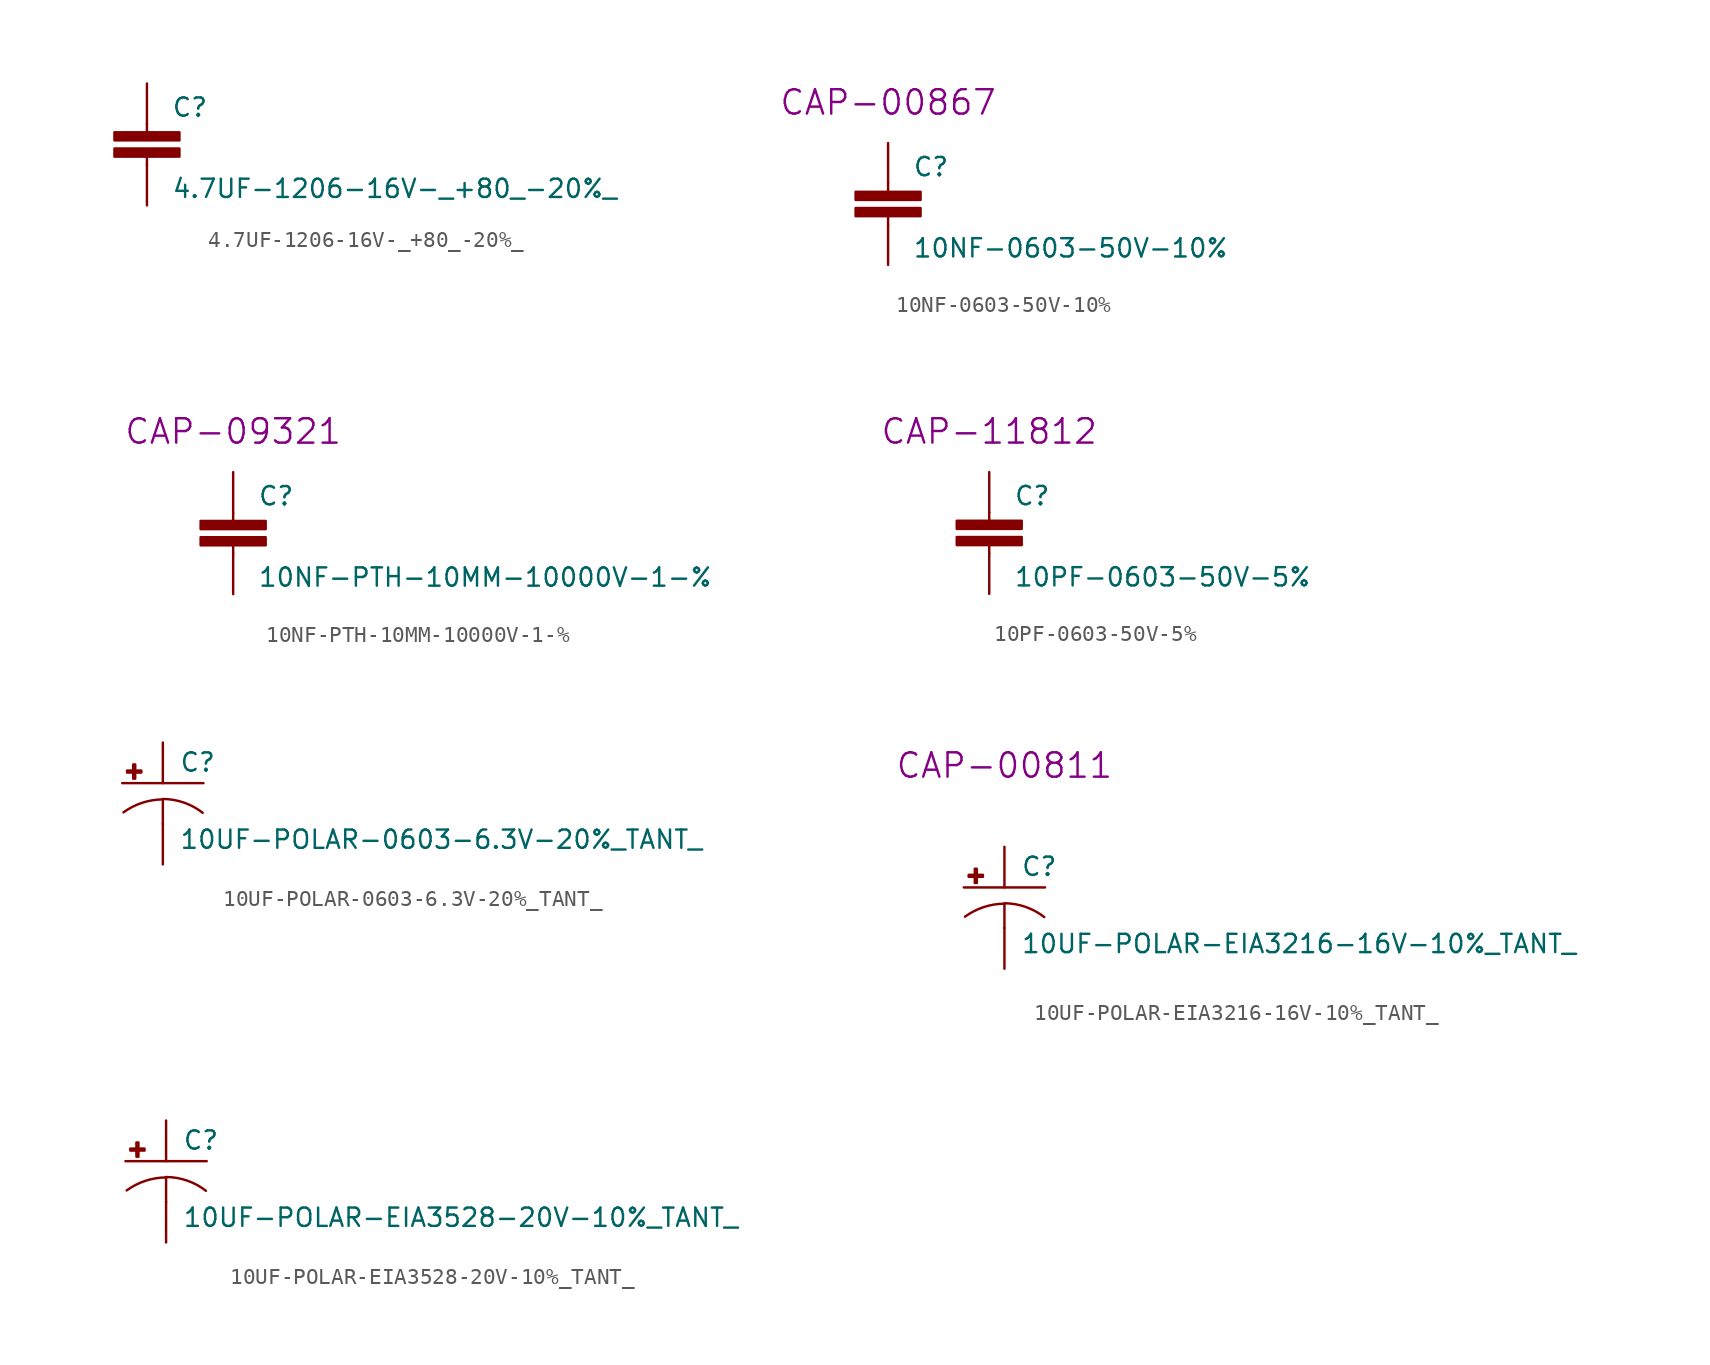
<source format=kicad_sym>
(kicad_symbol_lib
  (version 20211014)
  (generator kicad_symbol_editor)
  (symbol "4.7UF-1206-16V-_+80_-20%_"
    (pin_numbers hide)
    (pin_names
      (offset 1.016) hide)
    (property "Reference" "C"
      (at 1.524 2.921 0)
      (effects (font (size 1.143 1.143)) (justify left bottom)))
    (property "Value" "4.7UF-1206-16V-_+80_-20%_"
      (at 1.524 -2.159 0)
      (effects (font (size 1.143 1.143)) (justify left bottom)))
    (property "ki_locked" ""
      (at 0 0 0)
      (effects (font (size 1.27 1.27))))
    (symbol "4.7UF-1206-16V-_+80_-20%__1_0"
      (polyline (pts (xy 0 0) (xy 0 0.508)) (stroke (width 0) (type default) (color 0 0 0 0)) (fill (type none)))
      (polyline (pts (xy 0 2.54) (xy 0 2.032)) (stroke (width 0) (type default) (color 0 0 0 0)) (fill (type none))))
    (symbol "4.7UF-1206-16V-_+80_-20%__1_1"
      (rectangle (start -2.032 0.508) (end 2.032 1.016) (stroke (width 0) (type default) (color 0 0 0 0)) (fill (type outline)))
      (rectangle (start -2.032 1.524) (end 2.032 2.032) (stroke (width 0) (type default) (color 0 0 0 0)) (fill (type outline)))
      (pin passive line (at 0 5.08 270) (length 2.54) (name "1" (effects (font (size 1.016 1.016)))) (number "1" (effects (font (size 1.016 1.016)))))
      (pin passive line (at 0 -2.54 90) (length 2.54) (name "2" (effects (font (size 1.016 1.016)))) (number "2" (effects (font (size 1.016 1.016)))))))
  (symbol "10NF-0603-50V-10%"
    (pin_numbers hide)
    (pin_names
      (offset 1.016) hide)
    (property "Reference" "C"
      (at 1.524 2.921 0)
      (effects (font (size 1.143 1.143)) (justify left bottom)))
    (property "Value" "10NF-0603-50V-10%"
      (at 1.524 -2.159 0)
      (effects (font (size 1.143 1.143)) (justify left bottom)))
    (property "Field4" "CAP-00867"
      (at 0 7.62 0)
      (effects (font (size 1.524 1.524))))
    (property "ki_locked" ""
      (at 0 0 0)
      (effects (font (size 1.27 1.27))))
    (symbol "10NF-0603-50V-10%_1_0"
      (polyline (pts (xy 0 0) (xy 0 0.508)) (stroke (width 0) (type default) (color 0 0 0 0)) (fill (type none)))
      (polyline (pts (xy 0 2.54) (xy 0 2.032)) (stroke (width 0) (type default) (color 0 0 0 0)) (fill (type none))))
    (symbol "10NF-0603-50V-10%_1_1"
      (rectangle (start -2.032 0.508) (end 2.032 1.016) (stroke (width 0) (type default) (color 0 0 0 0)) (fill (type outline)))
      (rectangle (start -2.032 1.524) (end 2.032 2.032) (stroke (width 0) (type default) (color 0 0 0 0)) (fill (type outline)))
      (pin passive line (at 0 5.08 270) (length 2.54) (name "1" (effects (font (size 1.016 1.016)))) (number "1" (effects (font (size 1.016 1.016)))))
      (pin passive line (at 0 -2.54 90) (length 2.54) (name "2" (effects (font (size 1.016 1.016)))) (number "2" (effects (font (size 1.016 1.016)))))))
  (symbol "10NF-PTH-10MM-10000V-1-%"
    (pin_numbers hide)
    (pin_names
      (offset 1.016) hide)
    (property "Reference" "C"
      (at 1.524 2.921 0)
      (effects (font (size 1.143 1.143)) (justify left bottom)))
    (property "Value" "10NF-PTH-10MM-10000V-1-%"
      (at 1.524 -2.159 0)
      (effects (font (size 1.143 1.143)) (justify left bottom)))
    (property "Field4" "CAP-09321"
      (at 0 7.62 0)
      (effects (font (size 1.524 1.524))))
    (property "ki_locked" ""
      (at 0 0 0)
      (effects (font (size 1.27 1.27))))
    (symbol "10NF-PTH-10MM-10000V-1-%_1_0"
      (polyline (pts (xy 0 0) (xy 0 0.508)) (stroke (width 0) (type default) (color 0 0 0 0)) (fill (type none)))
      (polyline (pts (xy 0 2.54) (xy 0 2.032)) (stroke (width 0) (type default) (color 0 0 0 0)) (fill (type none))))
    (symbol "10NF-PTH-10MM-10000V-1-%_1_1"
      (rectangle (start -2.032 0.508) (end 2.032 1.016) (stroke (width 0) (type default) (color 0 0 0 0)) (fill (type outline)))
      (rectangle (start -2.032 1.524) (end 2.032 2.032) (stroke (width 0) (type default) (color 0 0 0 0)) (fill (type outline)))
      (pin passive line (at 0 5.08 270) (length 2.54) (name "1" (effects (font (size 1.016 1.016)))) (number "1" (effects (font (size 1.016 1.016)))))
      (pin passive line (at 0 -2.54 90) (length 2.54) (name "2" (effects (font (size 1.016 1.016)))) (number "2" (effects (font (size 1.016 1.016)))))))
  (symbol "10PF-0603-50V-5%"
    (pin_numbers hide)
    (pin_names
      (offset 1.016) hide)
    (property "Reference" "C"
      (at 1.524 2.921 0)
      (effects (font (size 1.143 1.143)) (justify left bottom)))
    (property "Value" "10PF-0603-50V-5%"
      (at 1.524 -2.159 0)
      (effects (font (size 1.143 1.143)) (justify left bottom)))
    (property "Field4" "CAP-11812"
      (at 0 7.62 0)
      (effects (font (size 1.524 1.524))))
    (property "ki_locked" ""
      (at 0 0 0)
      (effects (font (size 1.27 1.27))))
    (symbol "10PF-0603-50V-5%_1_0"
      (polyline (pts (xy 0 0) (xy 0 0.508)) (stroke (width 0) (type default) (color 0 0 0 0)) (fill (type none)))
      (polyline (pts (xy 0 2.54) (xy 0 2.032)) (stroke (width 0) (type default) (color 0 0 0 0)) (fill (type none))))
    (symbol "10PF-0603-50V-5%_1_1"
      (rectangle (start -2.032 0.508) (end 2.032 1.016) (stroke (width 0) (type default) (color 0 0 0 0)) (fill (type outline)))
      (rectangle (start -2.032 1.524) (end 2.032 2.032) (stroke (width 0) (type default) (color 0 0 0 0)) (fill (type outline)))
      (pin passive line (at 0 5.08 270) (length 2.54) (name "1" (effects (font (size 1.016 1.016)))) (number "1" (effects (font (size 1.016 1.016)))))
      (pin passive line (at 0 -2.54 90) (length 2.54) (name "2" (effects (font (size 1.016 1.016)))) (number "2" (effects (font (size 1.016 1.016)))))))
  (symbol "10UF-POLAR-0603-6.3V-20%_TANT_"
    (pin_numbers hide)
    (pin_names
      (offset 1.016) hide)
    (property "Reference" "C"
      (at 1.016 0.635 0)
      (effects (font (size 1.143 1.143)) (justify left bottom)))
    (property "Value" "10UF-POLAR-0603-6.3V-20%_TANT_"
      (at 1.016 -4.191 0)
      (effects (font (size 1.143 1.143)) (justify left bottom)))
    (property "ki_locked" ""
      (at 0 0 0)
      (effects (font (size 1.27 1.27))))
    (symbol "10UF-POLAR-0603-6.3V-20%_TANT__1_0"
      (polyline (pts (xy -2.54 0) (xy 2.54 0)) (stroke (width 0) (type default) (color 0 0 0 0)) (fill (type none)))
      (polyline (pts (xy 0 -1.016) (xy 0 -2.54)) (stroke (width 0) (type default) (color 0 0 0 0)) (fill (type none))))
    (symbol "10UF-POLAR-0603-6.3V-20%_TANT__1_1"
      (rectangle (start -2.235 0.66) (end -1.346 0.787) (stroke (width 0) (type default) (color 0 0 0 0)) (fill (type outline)))
      (rectangle (start -1.854 0.279) (end -1.727 1.168) (stroke (width 0) (type default) (color 0 0 0 0)) (fill (type outline)))
      (arc (start 0 -1.016) (mid -1.2939 -1.2289) (end -2.4638 -1.8288) (stroke (width 0) (type default) (color 0 0 0 0)) (fill (type none)))
      (arc (start 2.4892 -1.8542) (mid 1.3167 -1.2157) (end 0 -0.9906) (stroke (width 0) (type default) (color 0 0 0 0)) (fill (type none)))
      (pin passive line (at 0 2.54 270) (length 2.54) (name "+" (effects (font (size 1.016 1.016)))) (number "+" (effects (font (size 1.016 1.016)))))
      (pin passive line (at 0 -5.08 90) (length 2.54) (name "-" (effects (font (size 1.016 1.016)))) (number "-" (effects (font (size 1.016 1.016)))))))
  (symbol "10UF-POLAR-EIA3216-16V-10%_TANT_"
    (pin_numbers hide)
    (pin_names
      (offset 1.016) hide)
    (property "Reference" "C"
      (at 1.016 0.635 0)
      (effects (font (size 1.143 1.143)) (justify left bottom)))
    (property "Value" "10UF-POLAR-EIA3216-16V-10%_TANT_"
      (at 1.016 -4.191 0)
      (effects (font (size 1.143 1.143)) (justify left bottom)))
    (property "Field4" "CAP-00811"
      (at 0 7.62 0)
      (effects (font (size 1.524 1.524))))
    (property "ki_locked" ""
      (at 0 0 0)
      (effects (font (size 1.27 1.27))))
    (symbol "10UF-POLAR-EIA3216-16V-10%_TANT__1_0"
      (polyline (pts (xy -2.54 0) (xy 2.54 0)) (stroke (width 0) (type default) (color 0 0 0 0)) (fill (type none)))
      (polyline (pts (xy 0 -1.016) (xy 0 -2.54)) (stroke (width 0) (type default) (color 0 0 0 0)) (fill (type none))))
    (symbol "10UF-POLAR-EIA3216-16V-10%_TANT__1_1"
      (rectangle (start -2.235 0.66) (end -1.346 0.787) (stroke (width 0) (type default) (color 0 0 0 0)) (fill (type outline)))
      (rectangle (start -1.854 0.279) (end -1.727 1.168) (stroke (width 0) (type default) (color 0 0 0 0)) (fill (type outline)))
      (arc (start 0 -1.016) (mid -1.2939 -1.2289) (end -2.4638 -1.8288) (stroke (width 0) (type default) (color 0 0 0 0)) (fill (type none)))
      (arc (start 2.4892 -1.8542) (mid 1.3167 -1.2157) (end 0 -0.9906) (stroke (width 0) (type default) (color 0 0 0 0)) (fill (type none)))
      (pin passive line (at 0 2.54 270) (length 2.54) (name "+" (effects (font (size 1.016 1.016)))) (number "+" (effects (font (size 1.016 1.016)))))
      (pin passive line (at 0 -5.08 90) (length 2.54) (name "-" (effects (font (size 1.016 1.016)))) (number "-" (effects (font (size 1.016 1.016)))))))
  (symbol "10UF-POLAR-EIA3528-20V-10%_TANT_"
    (pin_numbers hide)
    (pin_names
      (offset 1.016) hide)
    (property "Reference" "C"
      (at 1.016 0.635 0)
      (effects (font (size 1.143 1.143)) (justify left bottom)))
    (property "Value" "10UF-POLAR-EIA3528-20V-10%_TANT_"
      (at 1.016 -4.191 0)
      (effects (font (size 1.143 1.143)) (justify left bottom)))
    (property "ki_locked" ""
      (at 0 0 0)
      (effects (font (size 1.27 1.27))))
    (symbol "10UF-POLAR-EIA3528-20V-10%_TANT__1_0"
      (polyline (pts (xy -2.54 0) (xy 2.54 0)) (stroke (width 0) (type default) (color 0 0 0 0)) (fill (type none)))
      (polyline (pts (xy 0 -1.016) (xy 0 -2.54)) (stroke (width 0) (type default) (color 0 0 0 0)) (fill (type none))))
    (symbol "10UF-POLAR-EIA3528-20V-10%_TANT__1_1"
      (rectangle (start -2.235 0.66) (end -1.346 0.787) (stroke (width 0) (type default) (color 0 0 0 0)) (fill (type outline)))
      (rectangle (start -1.854 0.279) (end -1.727 1.168) (stroke (width 0) (type default) (color 0 0 0 0)) (fill (type outline)))
      (arc (start 0 -1.016) (mid -1.2939 -1.2289) (end -2.4638 -1.8288) (stroke (width 0) (type default) (color 0 0 0 0)) (fill (type none)))
      (arc (start 2.4892 -1.8542) (mid 1.3167 -1.2157) (end 0 -0.9906) (stroke (width 0) (type default) (color 0 0 0 0)) (fill (type none)))
      (pin passive line (at 0 2.54 270) (length 2.54) (name "+" (effects (font (size 1.016 1.016)))) (number "A" (effects (font (size 1.016 1.016)))))
      (pin passive line (at 0 -5.08 90) (length 2.54) (name "-" (effects (font (size 1.016 1.016)))) (number "C" (effects (font (size 1.016 1.016))))))))
</source>
